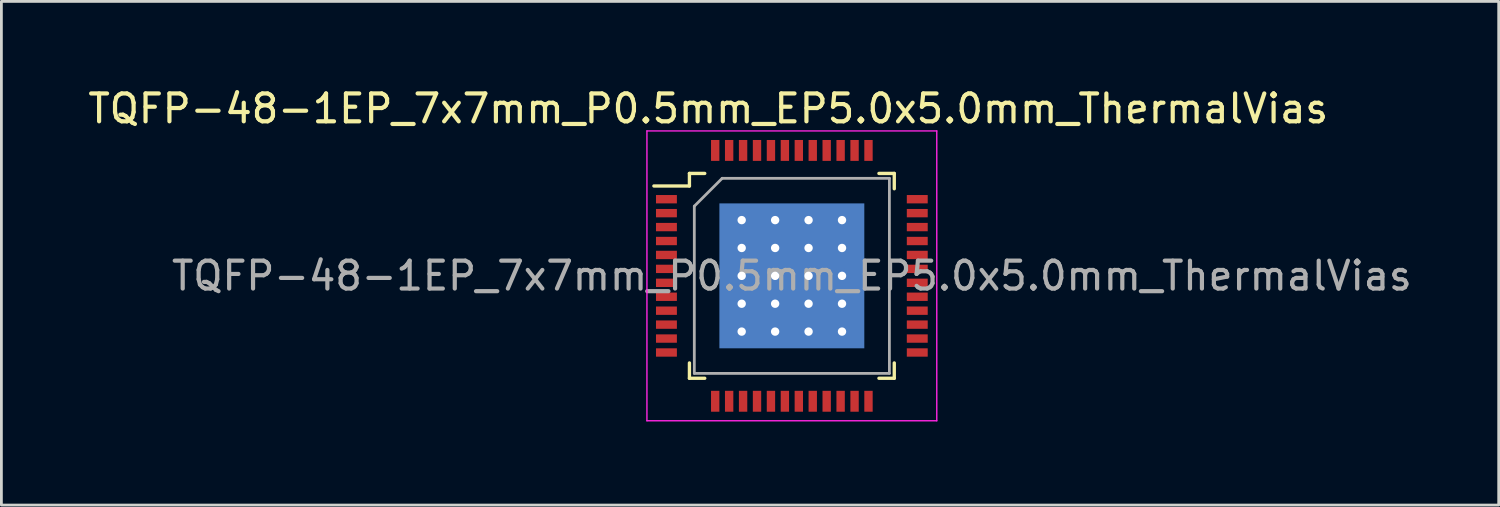
<source format=kicad_pcb>
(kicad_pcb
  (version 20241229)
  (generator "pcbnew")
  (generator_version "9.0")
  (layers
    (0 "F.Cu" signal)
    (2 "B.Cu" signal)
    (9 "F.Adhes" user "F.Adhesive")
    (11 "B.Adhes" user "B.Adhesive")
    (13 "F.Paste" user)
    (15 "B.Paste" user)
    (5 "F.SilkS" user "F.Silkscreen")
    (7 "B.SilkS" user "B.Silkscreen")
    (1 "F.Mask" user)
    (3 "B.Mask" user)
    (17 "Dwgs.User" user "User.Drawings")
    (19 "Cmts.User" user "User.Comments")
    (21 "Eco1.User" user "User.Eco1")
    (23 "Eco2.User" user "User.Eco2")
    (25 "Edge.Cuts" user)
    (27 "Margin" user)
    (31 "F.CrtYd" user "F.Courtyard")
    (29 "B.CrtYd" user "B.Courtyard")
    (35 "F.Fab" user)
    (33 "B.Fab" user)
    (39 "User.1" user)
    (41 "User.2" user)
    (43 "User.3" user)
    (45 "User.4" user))
  (footprint "TQFP-48-1EP_7x7mm_P0.5mm_EP5.0x5.0mm_ThermalVias"
    (layer "F.Cu")
    (at 25.363 6.848)
    (property "Reference" "TQFP-48-1EP_7x7mm_P0.5mm_EP5.0x5.0mm_ThermalVias" (at -3 -6 0) (layer "F.SilkS") (effects (font (size 1 1) (thickness 0.15))))
    (attr smd)
    (fp_line (start -3.675 -3.675) (end -3.675 -3.225) (stroke (width 0.12) (type solid)) (layer "F.SilkS"))
    (fp_line (start -3.675 -3.675) (end -3.125 -3.675) (stroke (width 0.12) (type solid)) (layer "F.SilkS"))
    (fp_line (start -3.675 -3.225) (end -4.95 -3.225) (stroke (width 0.12) (type solid)) (layer "F.SilkS"))
    (fp_line (start -3.675 3.675) (end -3.675 3.125) (stroke (width 0.12) (type solid)) (layer "F.SilkS"))
    (fp_line (start -3.675 3.675) (end -3.125 3.675) (stroke (width 0.12) (type solid)) (layer "F.SilkS"))
    (fp_line (start 3.675 -3.675) (end 3.125 -3.675) (stroke (width 0.12) (type solid)) (layer "F.SilkS"))
    (fp_line (start 3.675 -3.675) (end 3.675 -3.125) (stroke (width 0.12) (type solid)) (layer "F.SilkS"))
    (fp_line (start 3.675 3.675) (end 3.125 3.675) (stroke (width 0.12) (type solid)) (layer "F.SilkS"))
    (fp_line (start 3.675 3.675) (end 3.675 3.125) (stroke (width 0.12) (type solid)) (layer "F.SilkS"))
    (fp_line (start -5.2 -5.2) (end -5.2 5.2) (stroke (width 0.05) (type solid)) (layer "F.CrtYd"))
    (fp_line (start -5.2 -5.2) (end 5.2 -5.2) (stroke (width 0.05) (type solid)) (layer "F.CrtYd"))
    (fp_line (start -5.2 5.2) (end 5.2 5.2) (stroke (width 0.05) (type solid)) (layer "F.CrtYd"))
    (fp_line (start 5.2 -5.2) (end 5.2 5.2) (stroke (width 0.05) (type solid)) (layer "F.CrtYd"))
    (fp_line (start -3.5 -2.5) (end -2.5 -3.5) (stroke (width 0.1) (type solid)) (layer "F.Fab"))
    (fp_line (start -3.5 3.5) (end -3.5 -2.5) (stroke (width 0.1) (type solid)) (layer "F.Fab"))
    (fp_line (start -2.5 -3.5) (end 3.5 -3.5) (stroke (width 0.1) (type solid)) (layer "F.Fab"))
    (fp_line (start 3.5 -3.5) (end 3.5 3.5) (stroke (width 0.1) (type solid)) (layer "F.Fab"))
    (fp_line (start 3.5 3.5) (end -3.5 3.5) (stroke (width 0.1) (type solid)) (layer "F.Fab"))
    (fp_text user "${REFERENCE}" (at 0 0 0) (layer "F.Fab") (effects (font (size 1 1) (thickness 0.15))))
    (pad "" smd rect (at -1.8 -2) (size 0.9 0.9) (layers "F.Paste"))
    (pad "" smd rect (at -1.8 -0.75) (size 0.9 0.9) (layers "F.Paste"))
    (pad "" smd rect (at -1.8 0.75) (size 0.9 0.9) (layers "F.Paste"))
    (pad "" smd rect (at -1.8 2) (size 0.9 0.9) (layers "F.Paste"))
    (pad "" smd rect (at -0.6 -2) (size 0.9 0.9) (layers "F.Paste"))
    (pad "" smd rect (at -0.6 -0.75) (size 0.9 0.9) (layers "F.Paste"))
    (pad "" smd rect (at -0.6 0.75) (size 0.9 0.9) (layers "F.Paste"))
    (pad "" smd rect (at -0.6 2) (size 0.9 0.9) (layers "F.Paste"))
    (pad "" smd rect (at 0.6 -2) (size 0.9 0.9) (layers "F.Paste"))
    (pad "" smd rect (at 0.6 -0.75) (size 0.9 0.9) (layers "F.Paste"))
    (pad "" smd rect (at 0.6 0.72) (size 0.9 0.9) (layers "F.Paste"))
    (pad "" smd rect (at 0.6 2) (size 0.9 0.9) (layers "F.Paste"))
    (pad "" smd rect (at 1.8 -2) (size 0.9 0.9) (layers "F.Paste"))
    (pad "" smd rect (at 1.8 -0.75) (size 0.9 0.9) (layers "F.Paste"))
    (pad "" smd rect (at 1.8 0.75) (size 0.9 0.9) (layers "F.Paste"))
    (pad "" smd rect (at 1.8 2) (size 0.9 0.9) (layers "F.Paste"))
    (pad "1" smd rect (at -4.5 -2.75) (size 0.75 0.3) (layers "F.Cu" "F.Mask" "F.Paste"))
    (pad "2" smd rect (at -4.5 -2.25) (size 0.75 0.3) (layers "F.Cu" "F.Mask" "F.Paste"))
    (pad "3" smd rect (at -4.5 -1.75) (size 0.75 0.3) (layers "F.Cu" "F.Mask" "F.Paste"))
    (pad "4" smd rect (at -4.5 -1.25) (size 0.75 0.3) (layers "F.Cu" "F.Mask" "F.Paste"))
    (pad "5" smd rect (at -4.5 -0.75) (size 0.75 0.3) (layers "F.Cu" "F.Mask" "F.Paste"))
    (pad "6" smd rect (at -4.5 -0.25) (size 0.75 0.3) (layers "F.Cu" "F.Mask" "F.Paste"))
    (pad "7" smd rect (at -4.5 0.25) (size 0.75 0.3) (layers "F.Cu" "F.Mask" "F.Paste"))
    (pad "8" smd rect (at -4.5 0.75) (size 0.75 0.3) (layers "F.Cu" "F.Mask" "F.Paste"))
    (pad "9" smd rect (at -4.5 1.25) (size 0.75 0.3) (layers "F.Cu" "F.Mask" "F.Paste"))
    (pad "10" smd rect (at -4.5 1.75) (size 0.75 0.3) (layers "F.Cu" "F.Mask" "F.Paste"))
    (pad "11" smd rect (at -4.5 2.25) (size 0.75 0.3) (layers "F.Cu" "F.Mask" "F.Paste"))
    (pad "12" smd rect (at -4.5 2.75) (size 0.75 0.3) (layers "F.Cu" "F.Mask" "F.Paste"))
    (pad "13" smd rect (at -2.75 4.5 90) (size 0.75 0.3) (layers "F.Cu" "F.Mask" "F.Paste"))
    (pad "14" smd rect (at -2.25 4.5 90) (size 0.75 0.3) (layers "F.Cu" "F.Mask" "F.Paste"))
    (pad "15" smd rect (at -1.75 4.5 90) (size 0.75 0.3) (layers "F.Cu" "F.Mask" "F.Paste"))
    (pad "16" smd rect (at -1.25 4.5 90) (size 0.75 0.3) (layers "F.Cu" "F.Mask" "F.Paste"))
    (pad "17" smd rect (at -0.75 4.5 90) (size 0.75 0.3) (layers "F.Cu" "F.Mask" "F.Paste"))
    (pad "18" smd rect (at -0.25 4.5 90) (size 0.75 0.3) (layers "F.Cu" "F.Mask" "F.Paste"))
    (pad "19" smd rect (at 0.25 4.5 90) (size 0.75 0.3) (layers "F.Cu" "F.Mask" "F.Paste"))
    (pad "20" smd rect (at 0.75 4.5 90) (size 0.75 0.3) (layers "F.Cu" "F.Mask" "F.Paste"))
    (pad "21" smd rect (at 1.25 4.5 90) (size 0.75 0.3) (layers "F.Cu" "F.Mask" "F.Paste"))
    (pad "22" smd rect (at 1.75 4.5 90) (size 0.75 0.3) (layers "F.Cu" "F.Mask" "F.Paste"))
    (pad "23" smd rect (at 2.25 4.5 90) (size 0.75 0.3) (layers "F.Cu" "F.Mask" "F.Paste"))
    (pad "24" smd rect (at 2.75 4.5 90) (size 0.75 0.3) (layers "F.Cu" "F.Mask" "F.Paste"))
    (pad "25" smd rect (at 4.5 2.75) (size 0.75 0.3) (layers "F.Cu" "F.Mask" "F.Paste"))
    (pad "26" smd rect (at 4.5 2.25) (size 0.75 0.3) (layers "F.Cu" "F.Mask" "F.Paste"))
    (pad "27" smd rect (at 4.5 1.75) (size 0.75 0.3) (layers "F.Cu" "F.Mask" "F.Paste"))
    (pad "28" smd rect (at 4.5 1.25) (size 0.75 0.3) (layers "F.Cu" "F.Mask" "F.Paste"))
    (pad "29" smd rect (at 4.5 0.75) (size 0.75 0.3) (layers "F.Cu" "F.Mask" "F.Paste"))
    (pad "30" smd rect (at 4.5 0.25) (size 0.75 0.3) (layers "F.Cu" "F.Mask" "F.Paste"))
    (pad "31" smd rect (at 4.5 -0.25) (size 0.75 0.3) (layers "F.Cu" "F.Mask" "F.Paste"))
    (pad "32" smd rect (at 4.5 -0.75) (size 0.75 0.3) (layers "F.Cu" "F.Mask" "F.Paste"))
    (pad "33" smd rect (at 4.5 -1.25) (size 0.75 0.3) (layers "F.Cu" "F.Mask" "F.Paste"))
    (pad "34" smd rect (at 4.5 -1.75) (size 0.75 0.3) (layers "F.Cu" "F.Mask" "F.Paste"))
    (pad "35" smd rect (at 4.5 -2.25) (size 0.75 0.3) (layers "F.Cu" "F.Mask" "F.Paste"))
    (pad "36" smd rect (at 4.5 -2.75) (size 0.75 0.3) (layers "F.Cu" "F.Mask" "F.Paste"))
    (pad "37" smd rect (at 2.75 -4.5 90) (size 0.75 0.3) (layers "F.Cu" "F.Mask" "F.Paste"))
    (pad "38" smd rect (at 2.25 -4.5 90) (size 0.75 0.3) (layers "F.Cu" "F.Mask" "F.Paste"))
    (pad "39" smd rect (at 1.75 -4.5 90) (size 0.75 0.3) (layers "F.Cu" "F.Mask" "F.Paste"))
    (pad "40" smd rect (at 1.25 -4.5 90) (size 0.75 0.3) (layers "F.Cu" "F.Mask" "F.Paste"))
    (pad "41" smd rect (at 0.75 -4.5 90) (size 0.75 0.3) (layers "F.Cu" "F.Mask" "F.Paste"))
    (pad "42" smd rect (at 0.25 -4.5 90) (size 0.75 0.3) (layers "F.Cu" "F.Mask" "F.Paste"))
    (pad "43" smd rect (at -0.25 -4.5 90) (size 0.75 0.3) (layers "F.Cu" "F.Mask" "F.Paste"))
    (pad "44" smd rect (at -0.75 -4.5 90) (size 0.75 0.3) (layers "F.Cu" "F.Mask" "F.Paste"))
    (pad "45" smd rect (at -1.25 -4.5 90) (size 0.75 0.3) (layers "F.Cu" "F.Mask" "F.Paste"))
    (pad "46" smd rect (at -1.75 -4.5 90) (size 0.75 0.3) (layers "F.Cu" "F.Mask" "F.Paste"))
    (pad "47" smd rect (at -2.25 -4.5 90) (size 0.75 0.3) (layers "F.Cu" "F.Mask" "F.Paste"))
    (pad "48" smd rect (at -2.75 -4.5 90) (size 0.75 0.3) (layers "F.Cu" "F.Mask" "F.Paste"))
    (pad "49" thru_hole circle (at -1.8 -2) (size 0.6 0.6) (drill 0.3) (layers "*.Cu"))
    (pad "49" thru_hole circle (at -1.8 -1) (size 0.6 0.6) (drill 0.3) (layers "*.Cu"))
    (pad "49" thru_hole circle (at -1.8 0) (size 0.6 0.6) (drill 0.3) (layers "*.Cu"))
    (pad "49" thru_hole circle (at -1.8 1) (size 0.6 0.6) (drill 0.3) (layers "*.Cu"))
    (pad "49" thru_hole circle (at -1.8 2) (size 0.6 0.6) (drill 0.3) (layers "*.Cu"))
    (pad "49" thru_hole circle (at -0.6 -2) (size 0.6 0.6) (drill 0.3) (layers "*.Cu"))
    (pad "49" thru_hole circle (at -0.6 -1) (size 0.6 0.6) (drill 0.3) (layers "*.Cu"))
    (pad "49" thru_hole circle (at -0.6 0) (size 0.6 0.6) (drill 0.3) (layers "*.Cu"))
    (pad "49" thru_hole circle (at -0.6 1) (size 0.6 0.6) (drill 0.3) (layers "*.Cu"))
    (pad "49" thru_hole circle (at -0.6 2) (size 0.6 0.6) (drill 0.3) (layers "*.Cu"))
    (pad "49" smd rect (at 0 0) (size 5 5) (layers "F.Cu" "F.Mask"))
    (pad "49" smd rect (at 0 0) (size 5.2 5.2) (layers "B.Cu"))
    (pad "49" thru_hole circle (at 0.6 -2) (size 0.6 0.6) (drill 0.3) (layers "*.Cu"))
    (pad "49" thru_hole circle (at 0.6 -1) (size 0.6 0.6) (drill 0.3) (layers "*.Cu"))
    (pad "49" thru_hole circle (at 0.6 0) (size 0.6 0.6) (drill 0.3) (layers "*.Cu"))
    (pad "49" thru_hole circle (at 0.6 1) (size 0.6 0.6) (drill 0.3) (layers "*.Cu"))
    (pad "49" thru_hole circle (at 0.6 2) (size 0.6 0.6) (drill 0.3) (layers "*.Cu"))
    (pad "49" thru_hole circle (at 1.8 -2) (size 0.6 0.6) (drill 0.3) (layers "*.Cu"))
    (pad "49" thru_hole circle (at 1.8 -1) (size 0.6 0.6) (drill 0.3) (layers "*.Cu"))
    (pad "49" thru_hole circle (at 1.8 0) (size 0.6 0.6) (drill 0.3) (layers "*.Cu"))
    (pad "49" thru_hole circle (at 1.8 1) (size 0.6 0.6) (drill 0.3) (layers "*.Cu"))
    (pad "49" thru_hole circle (at 1.8 2) (size 0.6 0.6) (drill 0.3) (layers "*.Cu")))
  (gr_rect
    (start -3 -3)
    (end 50.726 15.073)
    (stroke (width 0.1) (type default))
    (fill no)
    (layer "Edge.Cuts")))
</source>
